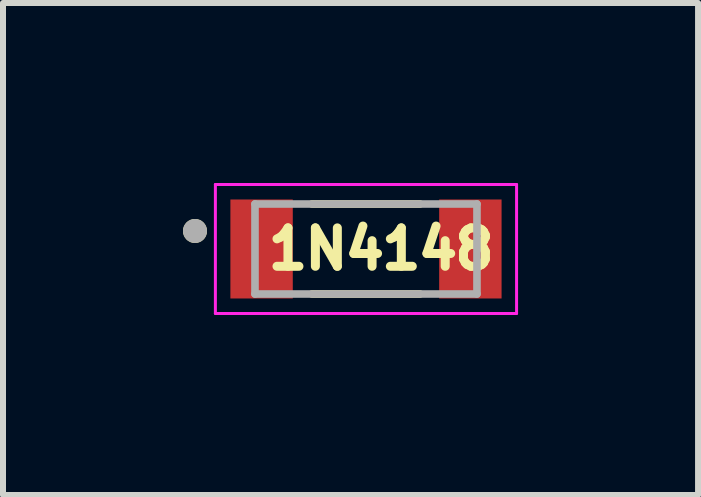
<source format=kicad_pcb>
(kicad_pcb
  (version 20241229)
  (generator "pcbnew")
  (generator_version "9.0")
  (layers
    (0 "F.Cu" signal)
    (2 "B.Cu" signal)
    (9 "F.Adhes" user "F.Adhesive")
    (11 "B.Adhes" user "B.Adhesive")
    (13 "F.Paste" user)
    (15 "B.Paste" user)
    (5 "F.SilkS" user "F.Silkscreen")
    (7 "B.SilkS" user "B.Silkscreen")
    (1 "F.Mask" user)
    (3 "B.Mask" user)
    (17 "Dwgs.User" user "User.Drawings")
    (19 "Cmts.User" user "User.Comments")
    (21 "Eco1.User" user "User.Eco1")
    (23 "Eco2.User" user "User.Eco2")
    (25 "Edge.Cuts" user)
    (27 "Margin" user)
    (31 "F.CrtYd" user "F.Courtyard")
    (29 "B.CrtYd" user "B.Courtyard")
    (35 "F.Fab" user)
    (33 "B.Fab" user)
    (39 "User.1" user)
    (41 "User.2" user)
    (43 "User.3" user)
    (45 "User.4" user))
  (footprint "1N4148"
    (layer "F.Cu")
    (at 3.05 1.1)
    (property "Reference" "1N4148" (at 0.254 0 0) (layer "F.SilkS") (effects (font (size 0.64 0.64) (thickness 0.15))))
    (attr through_hole)
    (fp_line (start -0.9 -0.75) (end 0.9 -0.75) (stroke (width 0.127) (type solid)) (layer "F.SilkS"))
    (fp_line (start -0.9 0.75) (end 0.9 0.75) (stroke (width 0.127) (type solid)) (layer "F.SilkS"))
    (fp_circle (center -2.85 -0.3) (end -2.75 -0.3) (stroke (width 0.2) (type solid)) (fill no) (layer "F.SilkS"))
    (fp_line (start -2.51 -1.075) (end -2.51 1.075) (stroke (width 0.05) (type solid)) (layer "F.CrtYd"))
    (fp_line (start -2.51 1.075) (end 2.51 1.075) (stroke (width 0.05) (type solid)) (layer "F.CrtYd"))
    (fp_line (start 2.51 -1.075) (end -2.51 -1.075) (stroke (width 0.05) (type solid)) (layer "F.CrtYd"))
    (fp_line (start 2.51 1.075) (end 2.51 -1.075) (stroke (width 0.05) (type solid)) (layer "F.CrtYd"))
    (fp_line (start -1.85 -0.75) (end -1.85 0.75) (stroke (width 0.127) (type solid)) (layer "F.Fab"))
    (fp_line (start -1.85 0.75) (end 1.85 0.75) (stroke (width 0.127) (type solid)) (layer "F.Fab"))
    (fp_line (start 1.85 -0.75) (end -1.85 -0.75) (stroke (width 0.127) (type solid)) (layer "F.Fab"))
    (fp_line (start 1.85 0.75) (end 1.85 -0.75) (stroke (width 0.127) (type solid)) (layer "F.Fab"))
    (fp_circle (center -2.85 -0.3) (end -2.75 -0.3) (stroke (width 0.2) (type solid)) (fill no) (layer "F.Fab"))
    (pad "1" smd rect (at -1.74 0) (size 1.04 1.65) (layers "F.Cu" "F.Mask" "F.Paste"))
    (pad "2" smd rect (at 1.74 0) (size 1.04 1.65) (layers "F.Cu" "F.Mask" "F.Paste")))
  (gr_rect
    (start -3 -3)
    (end 8.585 5.2)
    (stroke (width 0.1) (type default))
    (fill no)
    (layer "Edge.Cuts")))
</source>
